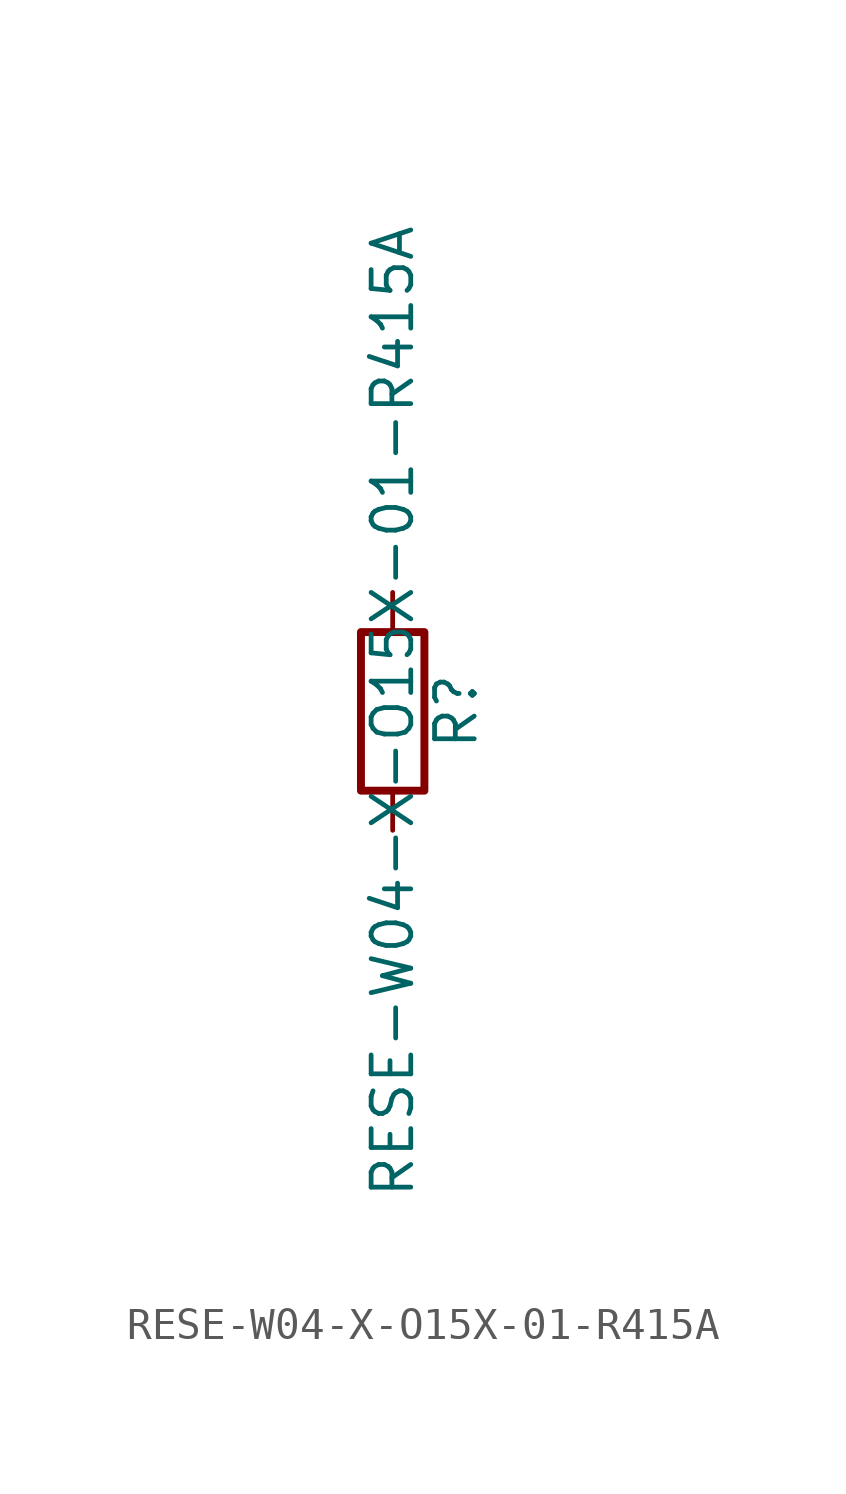
<source format=kicad_sym>
(kicad_symbol_lib
  (version 20211014)
  (generator kicad_symbol_editor)
  (symbol "RESE-W04-X-O15X-01-R415A"
    (pin_numbers hide)
    (pin_names
      (offset 0))
    (property "Reference" "R"
      (at 2.032 0 90)
      (effects (font (size 1.27 1.27))))
    (property "Value" "RESE-W04-X-O15X-01-R415A"
      (at 0 0 90)
      (effects (font (size 1.27 1.27))))
    (symbol "RESE-W04-X-O15X-01-R415A_0_1"
      (rectangle (start -1.016 -2.54) (end 1.016 2.54) (stroke (width 0.254) (type default) (color 0 0 0 0)) (fill (type none))))
    (symbol "RESE-W04-X-O15X-01-R415A_1_1"
      (pin passive line (at 0 3.81 270) (length 1.27) (name "~" (effects (font (size 1.27 1.27)))) (number "1" (effects (font (size 1.27 1.27)))))
      (pin passive line (at 0 -3.81 90) (length 1.27) (name "~" (effects (font (size 1.27 1.27)))) (number "2" (effects (font (size 1.27 1.27))))))))
</source>
